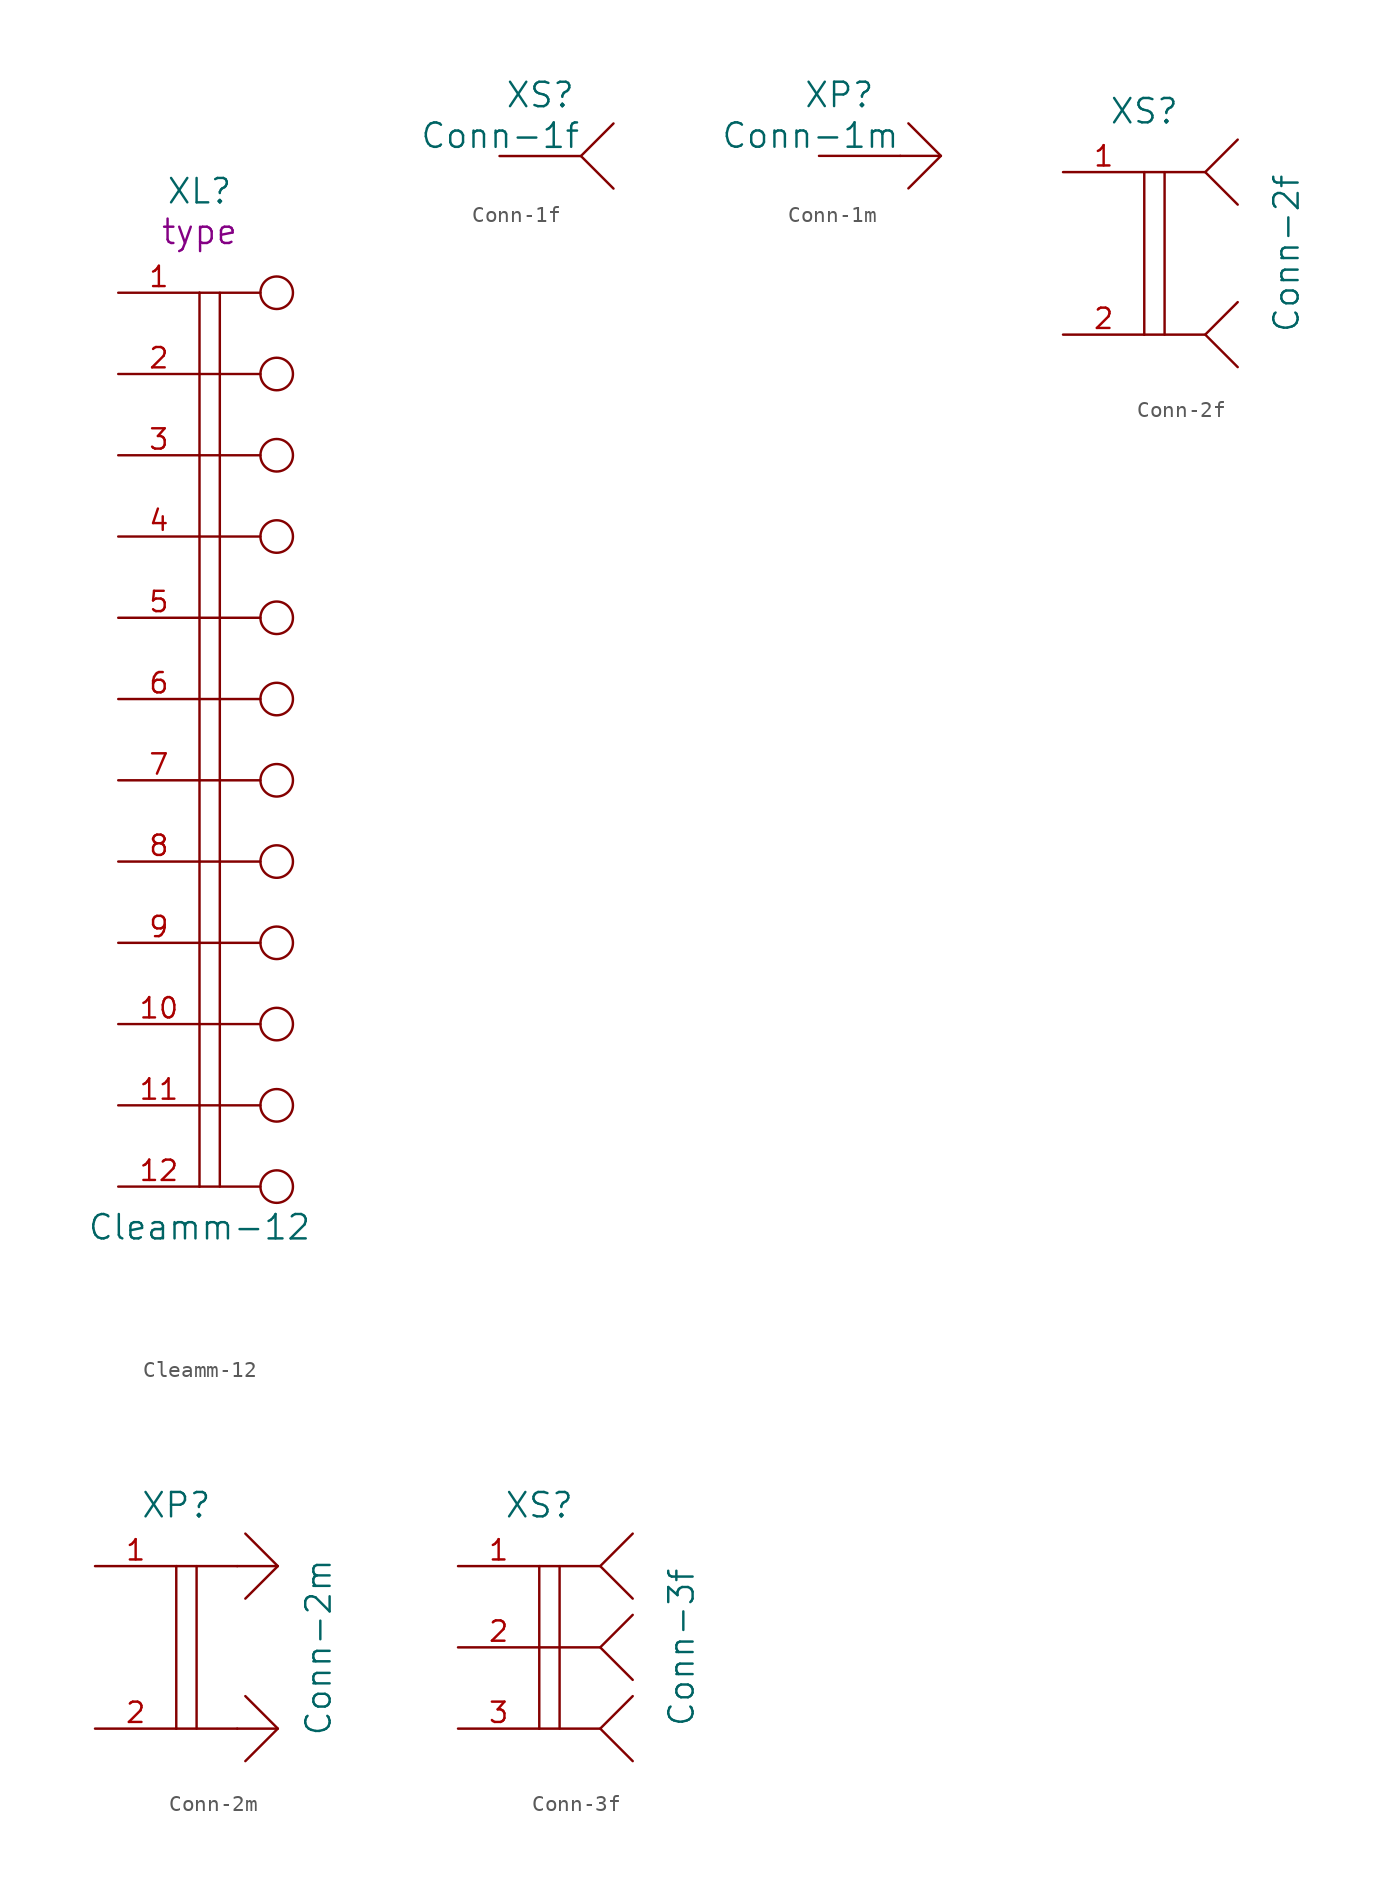
<source format=kicad_sym>
(kicad_symbol_lib
  (version 20220914)
  (generator kicad_symbol_editor)
  (symbol "Cleamm-12"
    (pin_names
      (offset 1.016) hide)
    (property "Reference" "XL"
      (at -3.81 34.29 0)
      (do_not_autoplace)
      (effects (font (size 1.524 1.524))))
    (property "Value" "Cleamm-12"
      (at -3.81 -30.48 0)
      (do_not_autoplace)
      (effects (font (size 1.524 1.524))))
    (property "Datasheet" ""
      (at 0 17.78 0)
      (effects (font (size 1.524 1.524))))
    (property "Type" "type"
      (at -3.81 31.75 0)
      (do_not_autoplace)
      (effects (font (size 1.524 1.524))))
    (symbol "Cleamm-12_0_1"
      (polyline (pts (xy -3.81 27.94) (xy -3.81 -27.94)) (stroke (width 0) (type solid)) (fill (type none)))
      (polyline (pts (xy -2.54 27.94) (xy -2.54 -27.94)) (stroke (width 0) (type solid)) (fill (type none)))
      (polyline (pts (xy 0 -27.94) (xy -3.81 -27.94)) (stroke (width 0) (type solid)) (fill (type none)))
      (polyline (pts (xy 0 -22.86) (xy -3.81 -22.86)) (stroke (width 0) (type solid)) (fill (type none)))
      (polyline (pts (xy 0 -17.78) (xy -3.81 -17.78)) (stroke (width 0) (type solid)) (fill (type none)))
      (polyline (pts (xy 0 -12.7) (xy -3.81 -12.7)) (stroke (width 0) (type solid)) (fill (type none)))
      (polyline (pts (xy 0 -7.62) (xy -3.81 -7.62)) (stroke (width 0) (type solid)) (fill (type none)))
      (polyline (pts (xy 0 -2.54) (xy -3.81 -2.54)) (stroke (width 0) (type solid)) (fill (type none)))
      (polyline (pts (xy 0 7.62) (xy -3.81 7.62)) (stroke (width 0) (type solid)) (fill (type none)))
      (polyline (pts (xy 0 12.7) (xy -3.81 12.7)) (stroke (width 0) (type solid)) (fill (type none)))
      (polyline (pts (xy 0 17.78) (xy -3.81 17.78)) (stroke (width 0) (type solid)) (fill (type none)))
      (polyline (pts (xy 0 22.86) (xy -3.81 22.86)) (stroke (width 0) (type solid)) (fill (type none)))
      (polyline (pts (xy 0 27.94) (xy -3.81 27.94)) (stroke (width 0) (type solid)) (fill (type none)))
      (polyline (pts (xy 0 2.54) (xy -2.54 2.54) (xy -3.81 2.54)) (stroke (width 0) (type solid)) (fill (type none)))
      (circle (center 1.016 -27.94) (radius 1.016) (stroke (width 0) (type solid)) (fill (type none)))
      (circle (center 1.016 -22.86) (radius 1.016) (stroke (width 0) (type solid)) (fill (type none)))
      (circle (center 1.016 -17.78) (radius 1.016) (stroke (width 0) (type solid)) (fill (type none)))
      (circle (center 1.016 -12.7) (radius 1.016) (stroke (width 0) (type solid)) (fill (type none)))
      (circle (center 1.016 -7.62) (radius 1.016) (stroke (width 0) (type solid)) (fill (type none)))
      (circle (center 1.016 -2.54) (radius 1.016) (stroke (width 0) (type solid)) (fill (type none)))
      (circle (center 1.016 2.54) (radius 1.016) (stroke (width 0) (type solid)) (fill (type none)))
      (circle (center 1.016 7.62) (radius 1.016) (stroke (width 0) (type solid)) (fill (type none)))
      (circle (center 1.016 12.7) (radius 1.016) (stroke (width 0) (type solid)) (fill (type none)))
      (circle (center 1.016 17.78) (radius 1.016) (stroke (width 0) (type solid)) (fill (type none)))
      (circle (center 1.016 22.86) (radius 1.016) (stroke (width 0) (type solid)) (fill (type none)))
      (circle (center 1.016 27.94) (radius 1.016) (stroke (width 0) (type solid)) (fill (type none))))
    (symbol "Cleamm-12_1_1"
      (pin passive line (at -8.89 27.94 0) (length 5.08) (name "~" (effects (font (size 1.27 1.27)))) (number "1" (effects (font (size 1.27 1.27)))))
      (pin passive line (at -8.89 -17.78 0) (length 5.08) (name "~" (effects (font (size 1.27 1.27)))) (number "10" (effects (font (size 1.27 1.27)))))
      (pin passive line (at -8.89 -22.86 0) (length 5.08) (name "~" (effects (font (size 1.27 1.27)))) (number "11" (effects (font (size 1.27 1.27)))))
      (pin passive line (at -8.89 -27.94 0) (length 5.08) (name "~" (effects (font (size 1.27 1.27)))) (number "12" (effects (font (size 1.27 1.27)))))
      (pin passive line (at -8.89 22.86 0) (length 5.08) (name "~" (effects (font (size 1.27 1.27)))) (number "2" (effects (font (size 1.27 1.27)))))
      (pin passive line (at -8.89 17.78 0) (length 5.08) (name "~" (effects (font (size 1.27 1.27)))) (number "3" (effects (font (size 1.27 1.27)))))
      (pin passive line (at -8.89 12.7 0) (length 5.08) (name "~" (effects (font (size 1.27 1.27)))) (number "4" (effects (font (size 1.27 1.27)))))
      (pin passive line (at -8.89 7.62 0) (length 5.08) (name "~" (effects (font (size 1.27 1.27)))) (number "5" (effects (font (size 1.27 1.27)))))
      (pin passive line (at -8.89 2.54 0) (length 5.08) (name "~" (effects (font (size 1.27 1.27)))) (number "6" (effects (font (size 1.27 1.27)))))
      (pin passive line (at -8.89 -2.54 0) (length 5.08) (name "~" (effects (font (size 1.27 1.27)))) (number "7" (effects (font (size 1.27 1.27)))))
      (pin passive line (at -8.89 -7.62 0) (length 5.08) (name "~" (effects (font (size 1.27 1.27)))) (number "8" (effects (font (size 1.27 1.27)))))
      (pin passive line (at -8.89 -12.7 0) (length 5.08) (name "~" (effects (font (size 1.27 1.27)))) (number "9" (effects (font (size 1.27 1.27)))))))
  (symbol "Conn-1f"
    (pin_numbers hide)
    (pin_names
      (offset 1.016) hide)
    (property "Reference" "XS"
      (at -2.54 3.81 0)
      (do_not_autoplace)
      (effects (font (size 1.524 1.524))))
    (property "Value" "Conn-1f"
      (at 0 1.27 0)
      (do_not_autoplace)
      (effects (font (size 1.524 1.524)) (justify right)))
    (property "Datasheet" ""
      (at -0.635 3.81 0)
      (effects (font (size 1.524 1.524))))
    (symbol "Conn-1f_0_1"
      (polyline (pts (xy 2.032 2.032) (xy 0 0) (xy 2.032 -2.032)) (stroke (width 0) (type solid)) (fill (type none))))
    (symbol "Conn-1f_1_1"
      (pin passive line (at -5.08 0 0) (length 5.08) (name "~" (effects (font (size 1.27 1.27)))) (number "1" (effects (font (size 1.27 1.27)))))))
  (symbol "Conn-1m"
    (pin_numbers hide)
    (pin_names
      (offset 1.016) hide)
    (property "Reference" "XP"
      (at -3.81 3.81 0)
      (do_not_autoplace)
      (effects (font (size 1.524 1.524))))
    (property "Value" "Conn-1m"
      (at 0 1.27 0)
      (do_not_autoplace)
      (effects (font (size 1.524 1.524)) (justify right)))
    (property "Datasheet" ""
      (at 2.54 0 0)
      (effects (font (size 1.524 1.524))))
    (symbol "Conn-1m_0_0"
      (polyline (pts (xy 2.54 0) (xy 0 0)) (stroke (width 0) (type solid)) (fill (type none))))
    (symbol "Conn-1m_0_1"
      (polyline (pts (xy 0.508 2.032) (xy 2.54 0) (xy 0.508 -2.032)) (stroke (width 0) (type solid)) (fill (type none))))
    (symbol "Conn-1m_1_1"
      (pin passive line (at -5.08 0 0) (length 5.08) (name "~" (effects (font (size 1.27 1.27)))) (number "1" (effects (font (size 1.27 1.27)))))))
  (symbol "Conn-2f"
    (pin_names
      (offset 1.016) hide)
    (property "Reference" "XS"
      (at -3.81 8.89 0)
      (do_not_autoplace)
      (effects (font (size 1.524 1.524))))
    (property "Value" "Conn-2f"
      (at 5.08 0 90)
      (do_not_autoplace)
      (effects (font (size 1.524 1.524))))
    (property "Datasheet" ""
      (at 0 -5.08 0)
      (effects (font (size 1.524 1.524))))
    (symbol "Conn-2f_0_1"
      (polyline (pts (xy -3.81 5.08) (xy -3.81 -5.08)) (stroke (width 0) (type solid)) (fill (type none)))
      (polyline (pts (xy -2.54 5.08) (xy -2.54 -5.08)) (stroke (width 0) (type solid)) (fill (type none)))
      (polyline (pts (xy 0 -5.08) (xy -3.81 -5.08)) (stroke (width 0) (type solid)) (fill (type none)))
      (polyline (pts (xy 0 5.08) (xy -3.81 5.08)) (stroke (width 0) (type solid)) (fill (type none)))
      (polyline (pts (xy 2.032 -3.048) (xy 0 -5.08) (xy 2.032 -7.112)) (stroke (width 0) (type solid)) (fill (type none)))
      (polyline (pts (xy 2.032 7.112) (xy 0 5.08) (xy 2.032 3.048)) (stroke (width 0) (type solid)) (fill (type none))))
    (symbol "Conn-2f_1_1"
      (pin passive line (at -8.89 5.08 0) (length 5.08) (name "~" (effects (font (size 1.27 1.27)))) (number "1" (effects (font (size 1.27 1.27)))))
      (pin passive line (at -8.89 -5.08 0) (length 5.08) (name "~" (effects (font (size 1.27 1.27)))) (number "2" (effects (font (size 1.27 1.27)))))))
  (symbol "Conn-2m"
    (pin_names
      (offset 1.016) hide)
    (property "Reference" "XP"
      (at -3.81 8.89 0)
      (do_not_autoplace)
      (effects (font (size 1.524 1.524))))
    (property "Value" "Conn-2m"
      (at 5.08 0 90)
      (do_not_autoplace)
      (effects (font (size 1.524 1.524))))
    (property "Datasheet" ""
      (at 2.54 5.08 0)
      (effects (font (size 1.524 1.524))))
    (symbol "Conn-2m_0_0"
      (polyline (pts (xy -3.81 5.08) (xy -3.81 -5.08)) (stroke (width 0) (type solid)) (fill (type none)))
      (polyline (pts (xy -2.54 5.08) (xy -2.54 -5.08)) (stroke (width 0) (type solid)) (fill (type none)))
      (polyline (pts (xy 0 -5.08) (xy -3.81 -5.08)) (stroke (width 0) (type solid)) (fill (type none)))
      (polyline (pts (xy 0 5.08) (xy -3.81 5.08)) (stroke (width 0) (type solid)) (fill (type none)))
      (polyline (pts (xy 2.54 -5.08) (xy 0 -5.08)) (stroke (width 0) (type solid)) (fill (type none)))
      (polyline (pts (xy 2.54 5.08) (xy 0 5.08)) (stroke (width 0) (type solid)) (fill (type none))))
    (symbol "Conn-2m_0_1"
      (polyline (pts (xy 0.508 -3.048) (xy 2.54 -5.08) (xy 0.508 -7.112)) (stroke (width 0) (type solid)) (fill (type none)))
      (polyline (pts (xy 0.508 7.112) (xy 2.54 5.08) (xy 0.508 3.048)) (stroke (width 0) (type solid)) (fill (type none))))
    (symbol "Conn-2m_1_1"
      (pin passive line (at -8.89 5.08 0) (length 5.08) (name "~" (effects (font (size 1.27 1.27)))) (number "1" (effects (font (size 1.27 1.27)))))
      (pin passive line (at -8.89 -5.08 0) (length 5.08) (name "~" (effects (font (size 1.27 1.27)))) (number "2" (effects (font (size 1.27 1.27)))))))
  (symbol "Conn-3f"
    (pin_names
      (offset 1.016) hide)
    (property "Reference" "XS"
      (at -3.81 8.89 0)
      (do_not_autoplace)
      (effects (font (size 1.524 1.524))))
    (property "Value" "Conn-3f"
      (at 5.08 0 90)
      (do_not_autoplace)
      (effects (font (size 1.524 1.524))))
    (property "Datasheet" ""
      (at 0 -5.08 0)
      (effects (font (size 1.524 1.524))))
    (symbol "Conn-3f_0_1"
      (polyline (pts (xy -3.81 5.08) (xy -3.81 -5.08)) (stroke (width 0) (type solid)) (fill (type none)))
      (polyline (pts (xy -2.54 5.08) (xy -2.54 -5.08)) (stroke (width 0) (type solid)) (fill (type none)))
      (polyline (pts (xy 0 -5.08) (xy -3.81 -5.08)) (stroke (width 0) (type solid)) (fill (type none)))
      (polyline (pts (xy 0 0) (xy -3.81 0)) (stroke (width 0) (type solid)) (fill (type none)))
      (polyline (pts (xy 0 5.08) (xy -3.81 5.08)) (stroke (width 0) (type solid)) (fill (type none)))
      (polyline (pts (xy 2.032 -3.048) (xy 0 -5.08) (xy 2.032 -7.112)) (stroke (width 0) (type solid)) (fill (type none)))
      (polyline (pts (xy 2.032 2.032) (xy 0 0) (xy 2.032 -2.032)) (stroke (width 0) (type solid)) (fill (type none)))
      (polyline (pts (xy 2.032 7.112) (xy 0 5.08) (xy 2.032 3.048)) (stroke (width 0) (type solid)) (fill (type none))))
    (symbol "Conn-3f_1_1"
      (pin passive line (at -8.89 5.08 0) (length 5.08) (name "~" (effects (font (size 1.27 1.27)))) (number "1" (effects (font (size 1.27 1.27)))))
      (pin passive line (at -8.89 0 0) (length 5.08) (name "~" (effects (font (size 1.27 1.27)))) (number "2" (effects (font (size 1.27 1.27)))))
      (pin passive line (at -8.89 -5.08 0) (length 5.08) (name "~" (effects (font (size 1.27 1.27)))) (number "3" (effects (font (size 1.27 1.27))))))))
</source>
